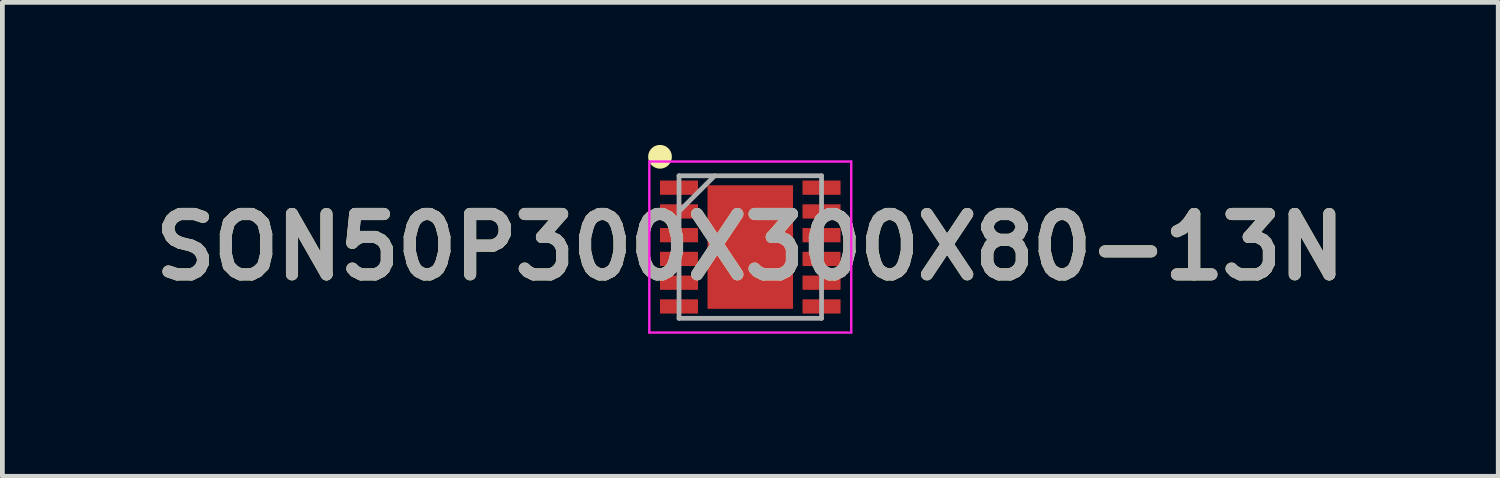
<source format=kicad_pcb>
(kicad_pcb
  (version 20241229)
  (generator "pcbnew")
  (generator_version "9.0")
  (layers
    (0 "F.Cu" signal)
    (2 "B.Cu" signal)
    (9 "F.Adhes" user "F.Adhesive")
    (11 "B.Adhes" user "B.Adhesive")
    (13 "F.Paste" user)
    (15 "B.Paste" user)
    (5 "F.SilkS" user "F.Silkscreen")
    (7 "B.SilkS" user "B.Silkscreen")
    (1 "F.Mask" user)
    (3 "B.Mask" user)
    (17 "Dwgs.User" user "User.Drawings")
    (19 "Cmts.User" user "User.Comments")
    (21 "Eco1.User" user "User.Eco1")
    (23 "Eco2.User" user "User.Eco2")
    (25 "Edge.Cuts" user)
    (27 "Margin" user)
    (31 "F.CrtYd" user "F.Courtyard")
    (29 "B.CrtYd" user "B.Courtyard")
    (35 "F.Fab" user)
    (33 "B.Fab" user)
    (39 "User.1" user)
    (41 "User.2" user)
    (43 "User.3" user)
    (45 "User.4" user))
  (footprint "SON50P300X300X80-13N"
    (layer "F.Cu")
    (at 12.742 2.15)
    (property "Reference" "SON50P300X300X80-13N" (at 0 0 0) (layer "F.SilkS") (effects (font (size 1.27 1.27) (thickness 0.254))))
    (attr smd)
    (fp_circle (center -1.9 -1.9) (end -1.9 -1.775) (stroke (width 0.25) (type solid)) (fill no) (layer "F.SilkS"))
    (fp_line (start -2.125 -1.8) (end 2.125 -1.8) (stroke (width 0.05) (type solid)) (layer "F.CrtYd"))
    (fp_line (start -2.125 1.8) (end -2.125 -1.8) (stroke (width 0.05) (type solid)) (layer "F.CrtYd"))
    (fp_line (start 2.125 -1.8) (end 2.125 1.8) (stroke (width 0.05) (type solid)) (layer "F.CrtYd"))
    (fp_line (start 2.125 1.8) (end -2.125 1.8) (stroke (width 0.05) (type solid)) (layer "F.CrtYd"))
    (fp_line (start -1.5 -1.5) (end 1.5 -1.5) (stroke (width 0.1) (type solid)) (layer "F.Fab"))
    (fp_line (start -1.5 -0.75) (end -0.75 -1.5) (stroke (width 0.1) (type solid)) (layer "F.Fab"))
    (fp_line (start -1.5 1.5) (end -1.5 -1.5) (stroke (width 0.1) (type solid)) (layer "F.Fab"))
    (fp_line (start 1.5 -1.5) (end 1.5 1.5) (stroke (width 0.1) (type solid)) (layer "F.Fab"))
    (fp_line (start 1.5 1.5) (end -1.5 1.5) (stroke (width 0.1) (type solid)) (layer "F.Fab"))
    (fp_text user "${REFERENCE}" (at 0 0 0) (layer "F.Fab") (effects (font (size 1.27 1.27) (thickness 0.254))))
    (pad "1" smd rect (at -1.5 -1.25 90) (size 0.3 0.8) (layers "F.Cu" "F.Mask" "F.Paste"))
    (pad "2" smd rect (at -1.5 -0.75 90) (size 0.3 0.8) (layers "F.Cu" "F.Mask" "F.Paste"))
    (pad "3" smd rect (at -1.5 -0.25 90) (size 0.3 0.8) (layers "F.Cu" "F.Mask" "F.Paste"))
    (pad "4" smd rect (at -1.5 0.25 90) (size 0.3 0.8) (layers "F.Cu" "F.Mask" "F.Paste"))
    (pad "5" smd rect (at -1.5 0.75 90) (size 0.3 0.8) (layers "F.Cu" "F.Mask" "F.Paste"))
    (pad "6" smd rect (at -1.5 1.25 90) (size 0.3 0.8) (layers "F.Cu" "F.Mask" "F.Paste"))
    (pad "7" smd rect (at 1.5 1.25 90) (size 0.3 0.8) (layers "F.Cu" "F.Mask" "F.Paste"))
    (pad "8" smd rect (at 1.5 0.75 90) (size 0.3 0.8) (layers "F.Cu" "F.Mask" "F.Paste"))
    (pad "9" smd rect (at 1.5 0.25 90) (size 0.3 0.8) (layers "F.Cu" "F.Mask" "F.Paste"))
    (pad "10" smd rect (at 1.5 -0.25 90) (size 0.3 0.8) (layers "F.Cu" "F.Mask" "F.Paste"))
    (pad "11" smd rect (at 1.5 -0.75 90) (size 0.3 0.8) (layers "F.Cu" "F.Mask" "F.Paste"))
    (pad "12" smd rect (at 1.5 -1.25 90) (size 0.3 0.8) (layers "F.Cu" "F.Mask" "F.Paste"))
    (pad "13" smd rect (at 0 0) (size 1.8 2.6) (layers "F.Cu" "F.Mask" "F.Paste")))
  (gr_rect
    (start -3 -3)
    (end 28.485 6.975)
    (stroke (width 0.1) (type default))
    (fill no)
    (layer "Edge.Cuts")))
</source>
